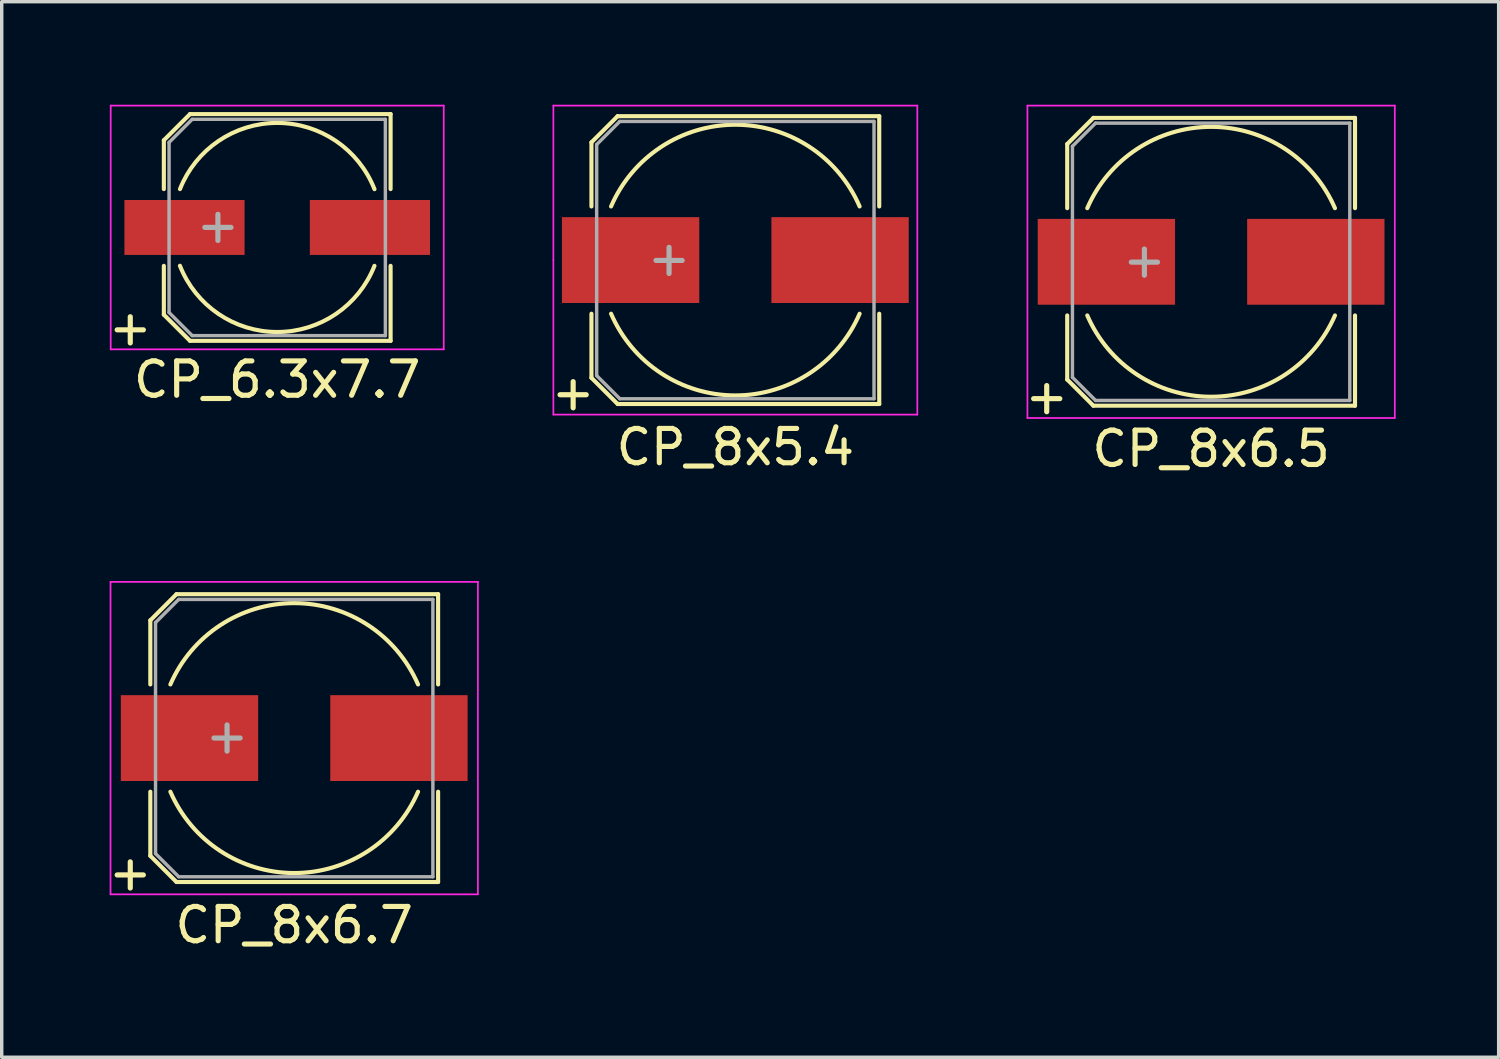
<source format=kicad_pcb>
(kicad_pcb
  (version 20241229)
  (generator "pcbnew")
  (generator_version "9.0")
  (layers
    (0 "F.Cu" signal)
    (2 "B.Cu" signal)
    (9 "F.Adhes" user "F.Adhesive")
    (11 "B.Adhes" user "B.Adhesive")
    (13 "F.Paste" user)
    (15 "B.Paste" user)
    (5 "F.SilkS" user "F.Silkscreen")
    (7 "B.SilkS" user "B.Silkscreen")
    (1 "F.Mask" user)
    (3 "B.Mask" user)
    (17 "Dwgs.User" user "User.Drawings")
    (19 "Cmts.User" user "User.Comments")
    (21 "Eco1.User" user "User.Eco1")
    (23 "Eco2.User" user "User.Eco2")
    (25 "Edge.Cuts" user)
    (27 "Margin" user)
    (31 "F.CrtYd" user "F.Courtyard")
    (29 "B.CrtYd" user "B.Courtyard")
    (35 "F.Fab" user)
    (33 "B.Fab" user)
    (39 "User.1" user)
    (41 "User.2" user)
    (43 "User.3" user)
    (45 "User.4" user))
  (footprint "CP_8x6.5"
    (layer "F.Cu")
    (at 32.224 4.575)
    (property "Reference" "CP_8x6.5" (at 0 5.448 0) (layer "F.SilkS") (effects (font (size 1 1) (thickness 0.15))))
    (attr smd)
    (fp_line (start -4.191 -3.429) (end -4.191 -1.562) (stroke (width 0.12) (type solid)) (layer "F.SilkS"))
    (fp_line (start -4.191 -3.429) (end -3.429 -4.191) (stroke (width 0.12) (type solid)) (layer "F.SilkS"))
    (fp_line (start -4.191 3.429) (end -4.191 1.562) (stroke (width 0.12) (type solid)) (layer "F.SilkS"))
    (fp_line (start -3.429 -4.191) (end 4.191 -4.191) (stroke (width 0.12) (type solid)) (layer "F.SilkS"))
    (fp_line (start -3.429 4.191) (end -4.191 3.429) (stroke (width 0.12) (type solid)) (layer "F.SilkS"))
    (fp_line (start 4.191 -4.191) (end 4.191 -1.562) (stroke (width 0.12) (type solid)) (layer "F.SilkS"))
    (fp_line (start 4.191 4.191) (end -3.429 4.191) (stroke (width 0.12) (type solid)) (layer "F.SilkS"))
    (fp_line (start 4.191 4.191) (end 4.191 1.562) (stroke (width 0.12) (type solid)) (layer "F.SilkS"))
    (fp_arc (start -3.6068 -1.5621) (mid 0 -3.930542) (end 3.6068 -1.5621) (stroke (width 0.12) (type solid)) (layer "F.SilkS"))
    (fp_arc (start 3.6068 1.5621) (mid 0 3.930542) (end -3.6068 1.5621) (stroke (width 0.12) (type solid)) (layer "F.SilkS"))
    (fp_line (start -5.35 -4.55) (end -5.35 4.55) (stroke (width 0.05) (type solid)) (layer "F.CrtYd"))
    (fp_line (start -5.35 4.55) (end 5.35 4.55) (stroke (width 0.05) (type solid)) (layer "F.CrtYd"))
    (fp_line (start 5.35 -4.55) (end -5.35 -4.55) (stroke (width 0.05) (type solid)) (layer "F.CrtYd"))
    (fp_line (start 5.35 4.55) (end 5.35 -4.55) (stroke (width 0.05) (type solid)) (layer "F.CrtYd"))
    (fp_line (start -4.039 -3.365) (end -4.039 3.365) (stroke (width 0.1) (type solid)) (layer "F.Fab"))
    (fp_line (start -4.039 3.365) (end -3.365 4.039) (stroke (width 0.1) (type solid)) (layer "F.Fab"))
    (fp_line (start -3.365 -4.039) (end -4.039 -3.365) (stroke (width 0.1) (type solid)) (layer "F.Fab"))
    (fp_line (start -3.365 4.039) (end 4.039 4.039) (stroke (width 0.1) (type solid)) (layer "F.Fab"))
    (fp_line (start 4.039 -4.039) (end -3.365 -4.039) (stroke (width 0.1) (type solid)) (layer "F.Fab"))
    (fp_line (start 4.039 4.039) (end 4.039 -4.039) (stroke (width 0.1) (type solid)) (layer "F.Fab"))
    (fp_text user "+" (at -4.788 3.912 0) (layer "F.SilkS") (effects (font (size 1 1) (thickness 0.15))))
    (fp_text user "+" (at -1.943 -0.064 0) (layer "F.Fab") (effects (font (size 1 1) (thickness 0.15))))
    (pad "1" smd rect (at -3.05 0 180) (size 4 2.5) (layers "F.Cu" "F.Mask" "F.Paste"))
    (pad "2" smd rect (at 3.05 0 180) (size 4 2.5) (layers "F.Cu" "F.Mask" "F.Paste")))
  (footprint "CP_8x6.7"
    (layer "F.Cu")
    (at 5.519 18.447)
    (property "Reference" "CP_8x6.7" (at 0 5.448 0) (layer "F.SilkS") (effects (font (size 1 1) (thickness 0.15))))
    (attr smd)
    (fp_line (start -4.191 -3.429) (end -4.191 -1.562) (stroke (width 0.12) (type solid)) (layer "F.SilkS"))
    (fp_line (start -4.191 -3.429) (end -3.429 -4.191) (stroke (width 0.12) (type solid)) (layer "F.SilkS"))
    (fp_line (start -4.191 3.429) (end -4.191 1.562) (stroke (width 0.12) (type solid)) (layer "F.SilkS"))
    (fp_line (start -3.429 -4.191) (end 4.191 -4.191) (stroke (width 0.12) (type solid)) (layer "F.SilkS"))
    (fp_line (start -3.429 4.191) (end -4.191 3.429) (stroke (width 0.12) (type solid)) (layer "F.SilkS"))
    (fp_line (start 4.191 -4.191) (end 4.191 -1.562) (stroke (width 0.12) (type solid)) (layer "F.SilkS"))
    (fp_line (start 4.191 4.191) (end -3.429 4.191) (stroke (width 0.12) (type solid)) (layer "F.SilkS"))
    (fp_line (start 4.191 4.191) (end 4.191 1.562) (stroke (width 0.12) (type solid)) (layer "F.SilkS"))
    (fp_arc (start -3.6068 -1.5621) (mid 0 -3.930542) (end 3.6068 -1.5621) (stroke (width 0.12) (type solid)) (layer "F.SilkS"))
    (fp_arc (start 3.6068 1.5621) (mid 0 3.930542) (end -3.6068 1.5621) (stroke (width 0.12) (type solid)) (layer "F.SilkS"))
    (fp_line (start -5.35 -4.55) (end -5.35 4.55) (stroke (width 0.05) (type solid)) (layer "F.CrtYd"))
    (fp_line (start -5.35 4.55) (end 5.35 4.55) (stroke (width 0.05) (type solid)) (layer "F.CrtYd"))
    (fp_line (start 5.35 -4.55) (end -5.35 -4.55) (stroke (width 0.05) (type solid)) (layer "F.CrtYd"))
    (fp_line (start 5.35 4.55) (end 5.35 -4.55) (stroke (width 0.05) (type solid)) (layer "F.CrtYd"))
    (fp_line (start -4.039 -3.365) (end -4.039 3.365) (stroke (width 0.1) (type solid)) (layer "F.Fab"))
    (fp_line (start -4.039 3.365) (end -3.365 4.039) (stroke (width 0.1) (type solid)) (layer "F.Fab"))
    (fp_line (start -3.365 -4.039) (end -4.039 -3.365) (stroke (width 0.1) (type solid)) (layer "F.Fab"))
    (fp_line (start -3.365 4.039) (end 4.039 4.039) (stroke (width 0.1) (type solid)) (layer "F.Fab"))
    (fp_line (start 4.039 -4.039) (end -3.365 -4.039) (stroke (width 0.1) (type solid)) (layer "F.Fab"))
    (fp_line (start 4.039 4.039) (end 4.039 -4.039) (stroke (width 0.1) (type solid)) (layer "F.Fab"))
    (fp_text user "+" (at -4.775 3.912 0) (layer "F.SilkS") (effects (font (size 1 1) (thickness 0.15))))
    (fp_text user "+" (at -1.956 -0.076 0) (layer "F.Fab") (effects (font (size 1 1) (thickness 0.15))))
    (pad "1" smd rect (at -3.05 0 180) (size 4 2.5) (layers "F.Cu" "F.Mask" "F.Paste"))
    (pad "2" smd rect (at 3.05 0 180) (size 4 2.5) (layers "F.Cu" "F.Mask" "F.Paste")))
  (footprint "CP_6.3x7.7"
    (layer "F.Cu")
    (at 5.024 3.575)
    (property "Reference" "CP_6.3x7.7" (at 0 4.432 0) (layer "F.SilkS") (effects (font (size 1 1) (thickness 0.15))))
    (attr smd)
    (fp_line (start -3.302 -2.54) (end -3.302 -1.118) (stroke (width 0.12) (type solid)) (layer "F.SilkS"))
    (fp_line (start -3.302 -2.54) (end -2.54 -3.302) (stroke (width 0.12) (type solid)) (layer "F.SilkS"))
    (fp_line (start -3.302 2.54) (end -3.302 1.118) (stroke (width 0.12) (type solid)) (layer "F.SilkS"))
    (fp_line (start -2.54 -3.302) (end 3.302 -3.302) (stroke (width 0.12) (type solid)) (layer "F.SilkS"))
    (fp_line (start -2.54 3.302) (end -3.302 2.54) (stroke (width 0.12) (type solid)) (layer "F.SilkS"))
    (fp_line (start 3.302 -3.302) (end 3.302 -1.118) (stroke (width 0.12) (type solid)) (layer "F.SilkS"))
    (fp_line (start 3.302 3.302) (end -2.54 3.302) (stroke (width 0.12) (type solid)) (layer "F.SilkS"))
    (fp_line (start 3.302 3.302) (end 3.302 1.118) (stroke (width 0.12) (type solid)) (layer "F.SilkS"))
    (fp_arc (start -2.8321 -1.1176) (mid 0.001257 -3.044638) (end 2.833022 -1.115262) (stroke (width 0.12) (type solid)) (layer "F.SilkS"))
    (fp_arc (start 2.8321 1.1176) (mid -0.001257 3.044638) (end -2.833022 1.115262) (stroke (width 0.12) (type solid)) (layer "F.SilkS"))
    (fp_line (start -4.85 -3.55) (end -4.85 3.55) (stroke (width 0.05) (type solid)) (layer "F.CrtYd"))
    (fp_line (start -4.85 3.55) (end 4.85 3.55) (stroke (width 0.05) (type solid)) (layer "F.CrtYd"))
    (fp_line (start 4.85 -3.55) (end -4.85 -3.55) (stroke (width 0.05) (type solid)) (layer "F.CrtYd"))
    (fp_line (start 4.85 3.55) (end 4.85 -3.55) (stroke (width 0.05) (type solid)) (layer "F.CrtYd"))
    (fp_line (start -3.15 -2.477) (end -3.15 2.477) (stroke (width 0.1) (type solid)) (layer "F.Fab"))
    (fp_line (start -3.15 2.477) (end -2.477 3.15) (stroke (width 0.1) (type solid)) (layer "F.Fab"))
    (fp_line (start -2.477 -3.15) (end -3.15 -2.477) (stroke (width 0.1) (type solid)) (layer "F.Fab"))
    (fp_line (start -2.477 3.15) (end 3.15 3.15) (stroke (width 0.1) (type solid)) (layer "F.Fab"))
    (fp_line (start 3.15 -3.15) (end -2.477 -3.15) (stroke (width 0.1) (type solid)) (layer "F.Fab"))
    (fp_line (start 3.15 3.15) (end 3.15 -3.15) (stroke (width 0.1) (type solid)) (layer "F.Fab"))
    (fp_text user "+" (at -4.28 2.908 0) (layer "F.SilkS") (effects (font (size 1 1) (thickness 0.15))))
    (fp_text user "+" (at -1.727 -0.076 0) (layer "F.Fab") (effects (font (size 1 1) (thickness 0.15))))
    (pad "1" smd rect (at -2.7 0 180) (size 3.5 1.6) (layers "F.Cu" "F.Mask" "F.Paste"))
    (pad "2" smd rect (at 2.7 0 180) (size 3.5 1.6) (layers "F.Cu" "F.Mask" "F.Paste")))
  (footprint "CP_8x5.4"
    (layer "F.Cu")
    (at 18.367 4.525)
    (property "Reference" "CP_8x5.4" (at 0 5.448 0) (layer "F.SilkS") (effects (font (size 1 1) (thickness 0.15))))
    (attr smd)
    (fp_line (start -4.191 -3.429) (end -4.191 -1.562) (stroke (width 0.12) (type solid)) (layer "F.SilkS"))
    (fp_line (start -4.191 -3.429) (end -3.429 -4.191) (stroke (width 0.12) (type solid)) (layer "F.SilkS"))
    (fp_line (start -4.191 3.429) (end -4.191 1.562) (stroke (width 0.12) (type solid)) (layer "F.SilkS"))
    (fp_line (start -3.429 -4.191) (end 4.191 -4.191) (stroke (width 0.12) (type solid)) (layer "F.SilkS"))
    (fp_line (start -3.429 4.191) (end -4.191 3.429) (stroke (width 0.12) (type solid)) (layer "F.SilkS"))
    (fp_line (start 4.191 -4.191) (end 4.191 -1.562) (stroke (width 0.12) (type solid)) (layer "F.SilkS"))
    (fp_line (start 4.191 4.191) (end -3.429 4.191) (stroke (width 0.12) (type solid)) (layer "F.SilkS"))
    (fp_line (start 4.191 4.191) (end 4.191 1.562) (stroke (width 0.12) (type solid)) (layer "F.SilkS"))
    (fp_arc (start -3.6195 -1.5621) (mid 0 -3.942199) (end 3.6195 -1.5621) (stroke (width 0.12) (type solid)) (layer "F.SilkS"))
    (fp_arc (start 3.6195 1.5621) (mid 0 3.942199) (end -3.6195 1.5621) (stroke (width 0.12) (type solid)) (layer "F.SilkS"))
    (fp_line (start -5.3 -4.5) (end -5.3 0) (stroke (width 0.05) (type solid)) (layer "F.CrtYd"))
    (fp_line (start -5.3 0) (end -5.3 4.5) (stroke (width 0.05) (type solid)) (layer "F.CrtYd"))
    (fp_line (start -5.3 4.5) (end 5.3 4.5) (stroke (width 0.05) (type solid)) (layer "F.CrtYd"))
    (fp_line (start 5.3 -4.5) (end -5.3 -4.5) (stroke (width 0.05) (type solid)) (layer "F.CrtYd"))
    (fp_line (start 5.3 4.5) (end 5.3 -4.5) (stroke (width 0.05) (type solid)) (layer "F.CrtYd"))
    (fp_line (start -4.039 -3.365) (end -4.039 3.365) (stroke (width 0.1) (type solid)) (layer "F.Fab"))
    (fp_line (start -4.039 3.365) (end -3.365 4.039) (stroke (width 0.1) (type solid)) (layer "F.Fab"))
    (fp_line (start -3.365 -4.039) (end -4.039 -3.365) (stroke (width 0.1) (type solid)) (layer "F.Fab"))
    (fp_line (start -3.365 4.039) (end 4.039 4.039) (stroke (width 0.1) (type solid)) (layer "F.Fab"))
    (fp_line (start 4.039 -4.039) (end -3.365 -4.039) (stroke (width 0.1) (type solid)) (layer "F.Fab"))
    (fp_line (start 4.039 4.039) (end 4.039 -4.039) (stroke (width 0.1) (type solid)) (layer "F.Fab"))
    (fp_text user "+" (at -4.724 3.848 0) (layer "F.SilkS") (effects (font (size 1 1) (thickness 0.15))))
    (fp_text user "+" (at -1.93 -0.064 0) (layer "F.Fab") (effects (font (size 1 1) (thickness 0.15))))
    (pad "1" smd rect (at -3.05 0 180) (size 4 2.5) (layers "F.Cu" "F.Mask" "F.Paste"))
    (pad "2" smd rect (at 3.05 0 180) (size 4 2.5) (layers "F.Cu" "F.Mask" "F.Paste")))
  (gr_rect
    (start -3 -3)
    (end 40.599 27.743)
    (stroke (width 0.1) (type default))
    (fill no)
    (layer "Edge.Cuts")))
</source>
